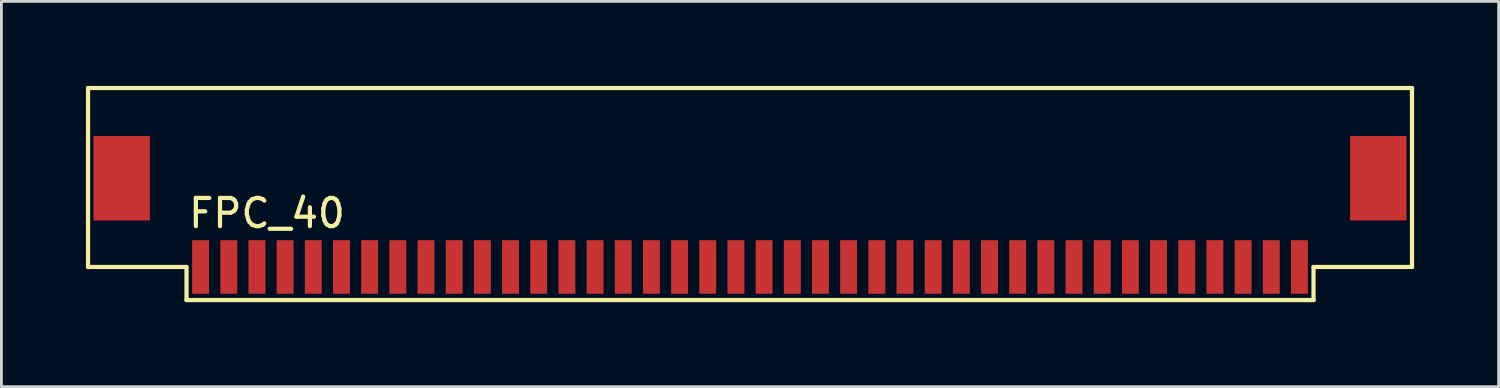
<source format=kicad_pcb>
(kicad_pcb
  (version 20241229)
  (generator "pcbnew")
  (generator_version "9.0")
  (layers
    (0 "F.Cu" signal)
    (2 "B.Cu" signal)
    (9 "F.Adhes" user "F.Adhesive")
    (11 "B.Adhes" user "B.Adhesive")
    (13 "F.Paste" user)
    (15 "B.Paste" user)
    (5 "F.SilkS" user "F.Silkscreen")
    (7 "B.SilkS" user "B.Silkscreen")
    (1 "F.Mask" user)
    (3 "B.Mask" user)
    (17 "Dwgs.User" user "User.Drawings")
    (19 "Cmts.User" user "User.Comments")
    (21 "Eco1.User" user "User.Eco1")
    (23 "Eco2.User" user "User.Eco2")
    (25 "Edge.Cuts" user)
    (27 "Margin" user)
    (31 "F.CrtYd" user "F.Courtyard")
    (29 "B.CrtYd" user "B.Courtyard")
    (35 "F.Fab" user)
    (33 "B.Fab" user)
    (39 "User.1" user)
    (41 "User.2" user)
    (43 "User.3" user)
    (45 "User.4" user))
  (footprint "FPC_40"
    (layer "F.Cu")
    (at 23.57 6.425)
    (property "Reference" "FPC_40" (at -17.145 -1.905 0) (layer "F.SilkS") (effects (font (size 1 1) (thickness 0.15))))
    (attr smd)
    (fp_line (start -23.495 -6.35) (end -23.495 0) (stroke (width 0.15) (type solid)) (layer "F.SilkS"))
    (fp_line (start -23.495 -6.35) (end 23.495 -6.35) (stroke (width 0.15) (type solid)) (layer "F.SilkS"))
    (fp_line (start -23.495 0) (end -20 0) (stroke (width 0.15) (type solid)) (layer "F.SilkS"))
    (fp_line (start -20 0) (end -20 1.175) (stroke (width 0.15) (type solid)) (layer "F.SilkS"))
    (fp_line (start 20 0) (end 20 1.175) (stroke (width 0.15) (type solid)) (layer "F.SilkS"))
    (fp_line (start 20 1.175) (end -20 1.175) (stroke (width 0.15) (type solid)) (layer "F.SilkS"))
    (fp_line (start 23.495 -6.35) (end 23.495 0) (stroke (width 0.15) (type solid)) (layer "F.SilkS"))
    (fp_line (start 23.495 0) (end 20 0) (stroke (width 0.15) (type solid)) (layer "F.SilkS"))
    (pad "0" smd rect (at -22.3 -3.15) (size 2 3) (layers "F.Cu" "F.Mask" "F.Paste"))
    (pad "0" smd rect (at 22.3 -3.15) (size 2 3) (layers "F.Cu" "F.Mask" "F.Paste"))
    (pad "1" smd rect (at -19.5 0) (size 0.6 1.9) (layers "F.Cu" "F.Mask" "F.Paste"))
    (pad "2" smd rect (at -18.5 0) (size 0.6 1.9) (layers "F.Cu" "F.Mask" "F.Paste"))
    (pad "3" smd rect (at -17.5 0) (size 0.6 1.9) (layers "F.Cu" "F.Mask" "F.Paste"))
    (pad "4" smd rect (at -16.5 0) (size 0.6 1.9) (layers "F.Cu" "F.Mask" "F.Paste"))
    (pad "5" smd rect (at -15.5 0) (size 0.6 1.9) (layers "F.Cu" "F.Mask" "F.Paste"))
    (pad "6" smd rect (at -14.5 0) (size 0.6 1.9) (layers "F.Cu" "F.Mask" "F.Paste"))
    (pad "7" smd rect (at -13.5 0) (size 0.6 1.9) (layers "F.Cu" "F.Mask" "F.Paste"))
    (pad "8" smd rect (at -12.5 0) (size 0.6 1.9) (layers "F.Cu" "F.Mask" "F.Paste"))
    (pad "9" smd rect (at -11.5 0) (size 0.6 1.9) (layers "F.Cu" "F.Mask" "F.Paste"))
    (pad "10" smd rect (at -10.5 0) (size 0.6 1.9) (layers "F.Cu" "F.Mask" "F.Paste"))
    (pad "11" smd rect (at -9.5 0) (size 0.6 1.9) (layers "F.Cu" "F.Mask" "F.Paste"))
    (pad "12" smd rect (at -8.5 0) (size 0.6 1.9) (layers "F.Cu" "F.Mask" "F.Paste"))
    (pad "13" smd rect (at -7.5 0) (size 0.6 1.9) (layers "F.Cu" "F.Mask" "F.Paste"))
    (pad "14" smd rect (at -6.5 0) (size 0.6 1.9) (layers "F.Cu" "F.Mask" "F.Paste"))
    (pad "15" smd rect (at -5.5 0) (size 0.6 1.9) (layers "F.Cu" "F.Mask" "F.Paste"))
    (pad "16" smd rect (at -4.5 0) (size 0.6 1.9) (layers "F.Cu" "F.Mask" "F.Paste"))
    (pad "17" smd rect (at -3.5 0) (size 0.6 1.9) (layers "F.Cu" "F.Mask" "F.Paste"))
    (pad "18" smd rect (at -2.5 0) (size 0.6 1.9) (layers "F.Cu" "F.Mask" "F.Paste"))
    (pad "19" smd rect (at -1.5 0) (size 0.6 1.9) (layers "F.Cu" "F.Mask" "F.Paste"))
    (pad "20" smd rect (at -0.5 0) (size 0.6 1.9) (layers "F.Cu" "F.Mask" "F.Paste"))
    (pad "21" smd rect (at 0.5 0) (size 0.6 1.9) (layers "F.Cu" "F.Mask" "F.Paste"))
    (pad "22" smd rect (at 1.5 0) (size 0.6 1.9) (layers "F.Cu" "F.Mask" "F.Paste"))
    (pad "23" smd rect (at 2.5 0) (size 0.6 1.9) (layers "F.Cu" "F.Mask" "F.Paste"))
    (pad "24" smd rect (at 3.5 0) (size 0.6 1.9) (layers "F.Cu" "F.Mask" "F.Paste"))
    (pad "25" smd rect (at 4.5 0) (size 0.6 1.9) (layers "F.Cu" "F.Mask" "F.Paste"))
    (pad "26" smd rect (at 5.5 0) (size 0.6 1.9) (layers "F.Cu" "F.Mask" "F.Paste"))
    (pad "27" smd rect (at 6.5 0) (size 0.6 1.9) (layers "F.Cu" "F.Mask" "F.Paste"))
    (pad "28" smd rect (at 7.5 0) (size 0.6 1.9) (layers "F.Cu" "F.Mask" "F.Paste"))
    (pad "29" smd rect (at 8.5 0) (size 0.6 1.9) (layers "F.Cu" "F.Mask" "F.Paste"))
    (pad "30" smd rect (at 9.5 0) (size 0.6 1.9) (layers "F.Cu" "F.Mask" "F.Paste"))
    (pad "31" smd rect (at 10.5 0) (size 0.6 1.9) (layers "F.Cu" "F.Mask" "F.Paste"))
    (pad "32" smd rect (at 11.5 0) (size 0.6 1.9) (layers "F.Cu" "F.Mask" "F.Paste"))
    (pad "33" smd rect (at 12.5 0) (size 0.6 1.9) (layers "F.Cu" "F.Mask" "F.Paste"))
    (pad "34" smd rect (at 13.5 0) (size 0.6 1.9) (layers "F.Cu" "F.Mask" "F.Paste"))
    (pad "35" smd rect (at 14.5 0) (size 0.6 1.9) (layers "F.Cu" "F.Mask" "F.Paste"))
    (pad "36" smd rect (at 15.5 0) (size 0.6 1.9) (layers "F.Cu" "F.Mask" "F.Paste"))
    (pad "37" smd rect (at 16.5 0) (size 0.6 1.9) (layers "F.Cu" "F.Mask" "F.Paste"))
    (pad "38" smd rect (at 17.5 0) (size 0.6 1.9) (layers "F.Cu" "F.Mask" "F.Paste"))
    (pad "39" smd rect (at 18.5 0) (size 0.6 1.9) (layers "F.Cu" "F.Mask" "F.Paste"))
    (pad "40" smd rect (at 19.5 0) (size 0.6 1.9) (layers "F.Cu" "F.Mask" "F.Paste")))
  (gr_rect
    (start -3 -3)
    (end 50.14 10.675)
    (stroke (width 0.1) (type default))
    (fill no)
    (layer "Edge.Cuts")))
</source>
